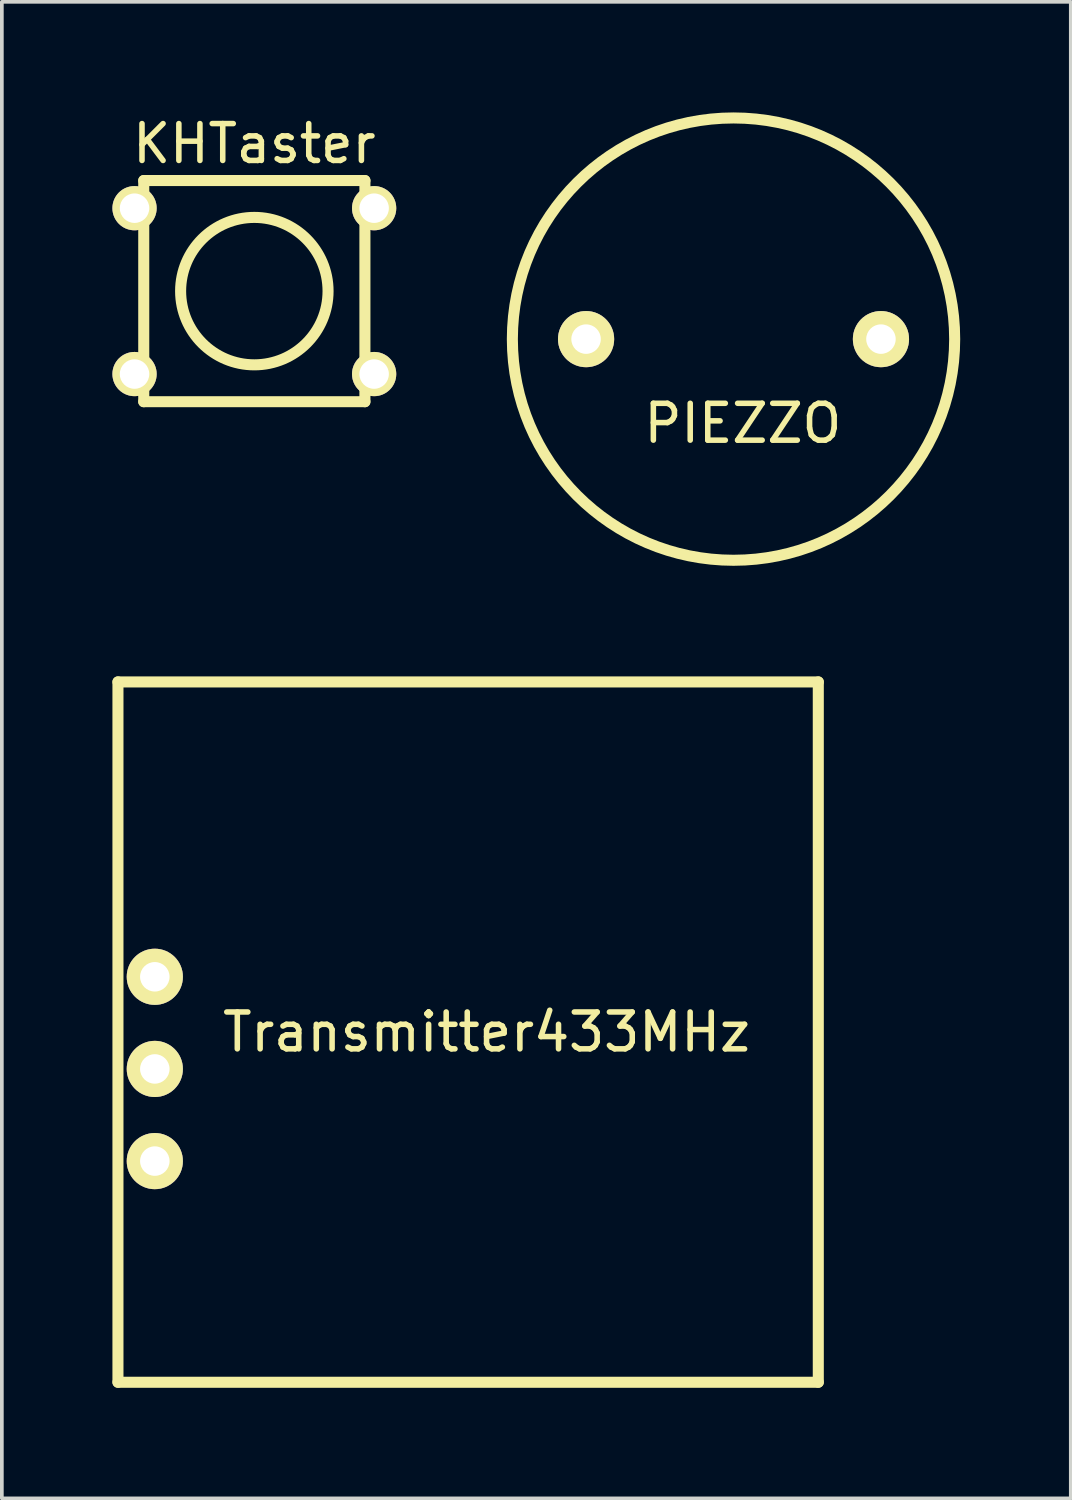
<source format=kicad_pcb>
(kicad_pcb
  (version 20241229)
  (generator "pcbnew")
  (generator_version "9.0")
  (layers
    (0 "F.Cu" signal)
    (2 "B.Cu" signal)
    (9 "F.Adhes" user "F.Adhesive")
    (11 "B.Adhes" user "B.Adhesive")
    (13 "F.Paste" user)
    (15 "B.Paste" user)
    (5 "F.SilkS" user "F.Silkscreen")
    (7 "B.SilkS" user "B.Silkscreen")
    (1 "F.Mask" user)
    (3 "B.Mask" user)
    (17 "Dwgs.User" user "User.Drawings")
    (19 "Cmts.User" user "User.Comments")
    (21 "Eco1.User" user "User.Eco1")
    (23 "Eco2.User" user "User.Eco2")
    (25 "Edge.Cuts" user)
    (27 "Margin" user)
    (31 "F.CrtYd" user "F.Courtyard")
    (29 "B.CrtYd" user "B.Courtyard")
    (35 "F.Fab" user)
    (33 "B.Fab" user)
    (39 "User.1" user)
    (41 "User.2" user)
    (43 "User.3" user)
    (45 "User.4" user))
  (footprint "PIEZZO"
    (layer "F.Cu")
    (at 16.85 6.15)
    (property "Reference" "PIEZZO" (at 0.254 2.286 0) (layer "F.SilkS") (effects (font (size 1 1) (thickness 0.15))))
    (attr through_hole)
    (fp_circle (center 0 0) (end 6 0) (stroke (width 0.3) (type solid)) (fill no) (layer "F.SilkS"))
    (pad "1" thru_hole circle (at 4 0) (size 1.524 1.524) (drill 0.8) (layers "*.Cu" "*.Mask" "F.SilkS"))
    (pad "2" thru_hole circle (at -4 0) (size 1.524 1.524) (drill 0.8) (layers "*.Cu" "*.Mask" "F.SilkS")))
  (footprint "KHTaster"
    (layer "F.Cu")
    (at 3.85 4.848)
    (property "Reference" "KHTaster" (at 0 -4 0) (layer "F.SilkS") (effects (font (size 1 1) (thickness 0.15))))
    (attr through_hole)
    (fp_line (start -3 -3) (end -3 3) (stroke (width 0.3) (type solid)) (layer "F.SilkS"))
    (fp_line (start -3 3) (end 3 3) (stroke (width 0.3) (type solid)) (layer "F.SilkS"))
    (fp_line (start 3 -3) (end -3 -3) (stroke (width 0.3) (type solid)) (layer "F.SilkS"))
    (fp_line (start 3 3) (end 3 -3) (stroke (width 0.3) (type solid)) (layer "F.SilkS"))
    (fp_circle (center 0 0) (end 0 -2) (stroke (width 0.3) (type solid)) (fill no) (layer "F.SilkS"))
    (pad "1" thru_hole circle (at -3.25 -2.25) (size 1.2 1.2) (drill 0.8) (layers "*.Cu" "*.Mask" "F.SilkS"))
    (pad "2" thru_hole circle (at 3.25 -2.25) (size 1.2 1.2) (drill 0.8) (layers "*.Cu" "*.Mask" "F.SilkS"))
    (pad "3" thru_hole circle (at 3.25 2.25) (size 1.2 1.2) (drill 0.8) (layers "*.Cu" "*.Mask" "F.SilkS"))
    (pad "4" thru_hole circle (at -3.25 2.25) (size 1.2 1.2) (drill 0.8) (layers "*.Cu" "*.Mask" "F.SilkS")))
  (footprint "Transmitter433MHz"
    (layer "F.Cu")
    (at 1.15 20.95)
    (property "Reference" "Transmitter433MHz" (at 9 4 0) (layer "F.SilkS") (effects (font (size 1 1) (thickness 0.15))))
    (attr through_hole)
    (fp_line (start -1 -5.5) (end -1 13.5) (stroke (width 0.3) (type solid)) (layer "F.SilkS"))
    (fp_line (start -1 13.5) (end 18 13.5) (stroke (width 0.3) (type solid)) (layer "F.SilkS"))
    (fp_line (start 18 -5.5) (end -1 -5.5) (stroke (width 0.3) (type solid)) (layer "F.SilkS"))
    (fp_line (start 18 13.5) (end 18 -5.5) (stroke (width 0.3) (type solid)) (layer "F.SilkS"))
    (pad "1" thru_hole circle (at 0 2.5) (size 1.524 1.524) (drill 0.8) (layers "*.Cu" "*.Mask" "F.SilkS"))
    (pad "2" thru_hole circle (at 0 5) (size 1.524 1.524) (drill 0.8) (layers "*.Cu" "*.Mask" "F.SilkS"))
    (pad "3" thru_hole circle (at 0 7.5) (size 1.524 1.524) (drill 0.8) (layers "*.Cu" "*.Mask" "F.SilkS")))
  (gr_rect
    (start -3 -3)
    (end 26 37.6)
    (stroke (width 0.1) (type default))
    (fill no)
    (layer "Edge.Cuts")))
</source>
